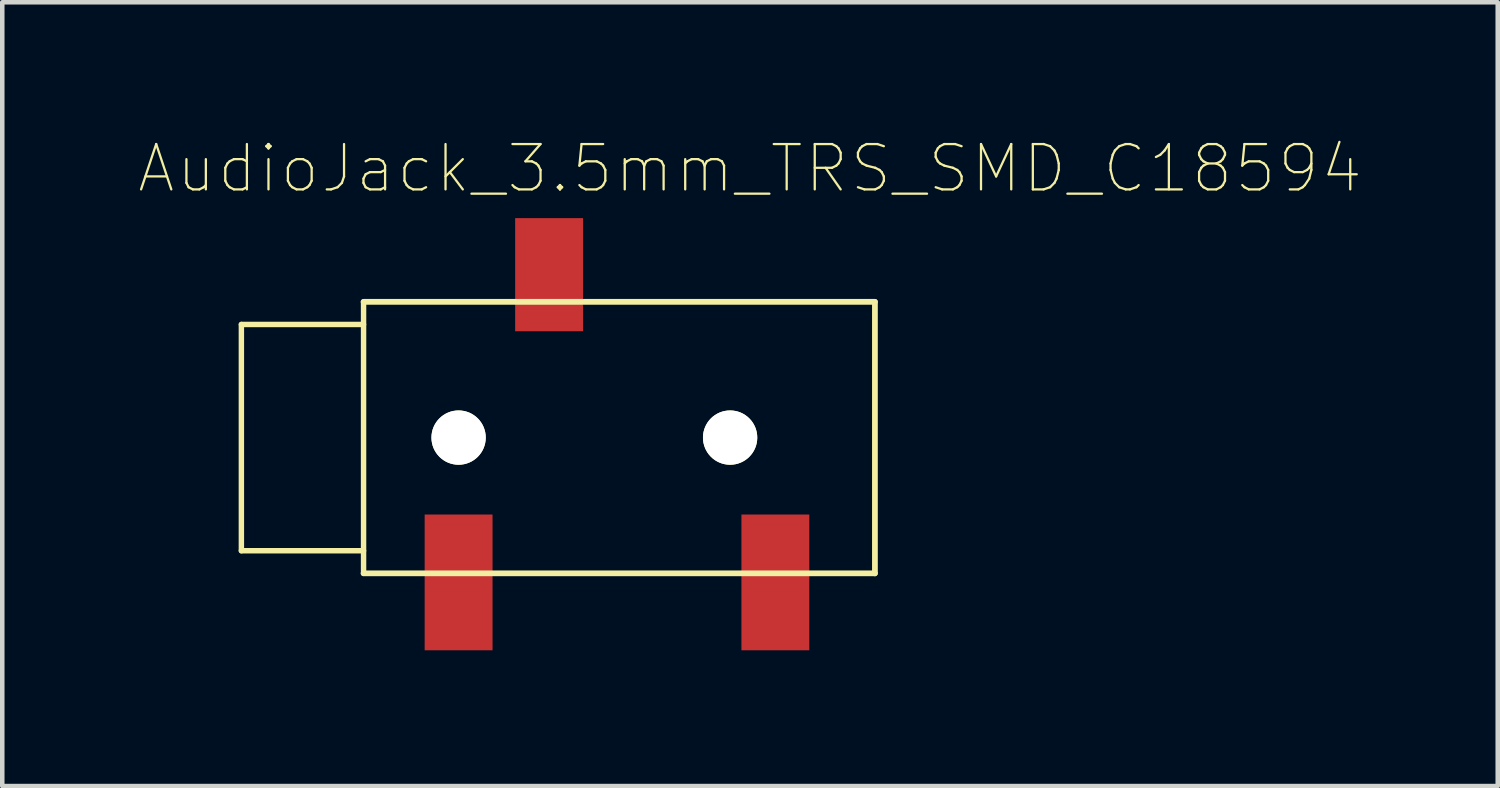
<source format=kicad_pcb>
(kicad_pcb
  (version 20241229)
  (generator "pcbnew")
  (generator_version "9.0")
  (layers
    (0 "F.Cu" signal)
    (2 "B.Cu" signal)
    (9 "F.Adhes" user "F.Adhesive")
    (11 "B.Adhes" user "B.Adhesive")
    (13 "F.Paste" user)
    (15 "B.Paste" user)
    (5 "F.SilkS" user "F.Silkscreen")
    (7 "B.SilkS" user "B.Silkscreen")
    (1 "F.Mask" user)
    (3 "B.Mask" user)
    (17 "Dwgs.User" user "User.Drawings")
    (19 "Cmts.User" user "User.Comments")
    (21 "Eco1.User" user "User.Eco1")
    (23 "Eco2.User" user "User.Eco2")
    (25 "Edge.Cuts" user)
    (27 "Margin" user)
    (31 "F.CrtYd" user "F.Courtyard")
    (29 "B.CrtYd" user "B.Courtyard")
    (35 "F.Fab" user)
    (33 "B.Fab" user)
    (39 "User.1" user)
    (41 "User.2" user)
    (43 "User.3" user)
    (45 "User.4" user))
  (footprint "AudioJack_3.5mm_TRS_SMD_C18594"
    (layer "F.Cu")
    (at 14.084 6.62)
    (property "Reference" "AudioJack_3.5mm_TRS_SMD_C18594" (at -0.561 -5.946 0) (layer "F.SilkS") (effects (font (size 1.002 1.002) (thickness 0.05))))
    (attr smd)
    (fp_line (start -11.8 -2.5) (end -11.8 2.5) (stroke (width 0.12) (type default)) (layer "F.SilkS"))
    (fp_line (start -11.8 2.5) (end -9.1 2.5) (stroke (width 0.12) (type default)) (layer "F.SilkS"))
    (fp_line (start -9.1 -3) (end -9.1 3) (stroke (width 0.12) (type default)) (layer "F.SilkS"))
    (fp_line (start -9.1 -2.5) (end -11.8 -2.5) (stroke (width 0.12) (type default)) (layer "F.SilkS"))
    (fp_line (start 2.2 -3) (end -9.1 -3) (stroke (width 0.127) (type solid)) (layer "F.SilkS"))
    (fp_line (start 2.2 -3) (end 2.2 3) (stroke (width 0.127) (type solid)) (layer "F.SilkS"))
    (fp_line (start 2.2 3) (end -9.1 3) (stroke (width 0.127) (type solid)) (layer "F.SilkS"))
    (pad "" np_thru_hole circle (at -7 0) (size 1.2 1.2) (drill 1.7) (layers "*.Cu" "*.Mask" "F.SilkS"))
    (pad "" np_thru_hole circle (at -1 0) (size 1.2 1.2) (drill 1.7) (layers "*.Cu" "*.Mask" "F.SilkS"))
    (pad "R" smd rect (at -5 -3.6) (size 1.5 2.5) (layers "F.Cu" "F.Mask" "F.Paste"))
    (pad "S" smd rect (at -7 3.2) (size 1.5 3) (layers "F.Cu" "F.Mask" "F.Paste"))
    (pad "T" smd rect (at 0 3.2) (size 1.5 3) (layers "F.Cu" "F.Mask" "F.Paste")))
  (gr_rect
    (start -3 -3)
    (end 30.047 14.32)
    (stroke (width 0.1) (type default))
    (fill no)
    (layer "Edge.Cuts")))
</source>
